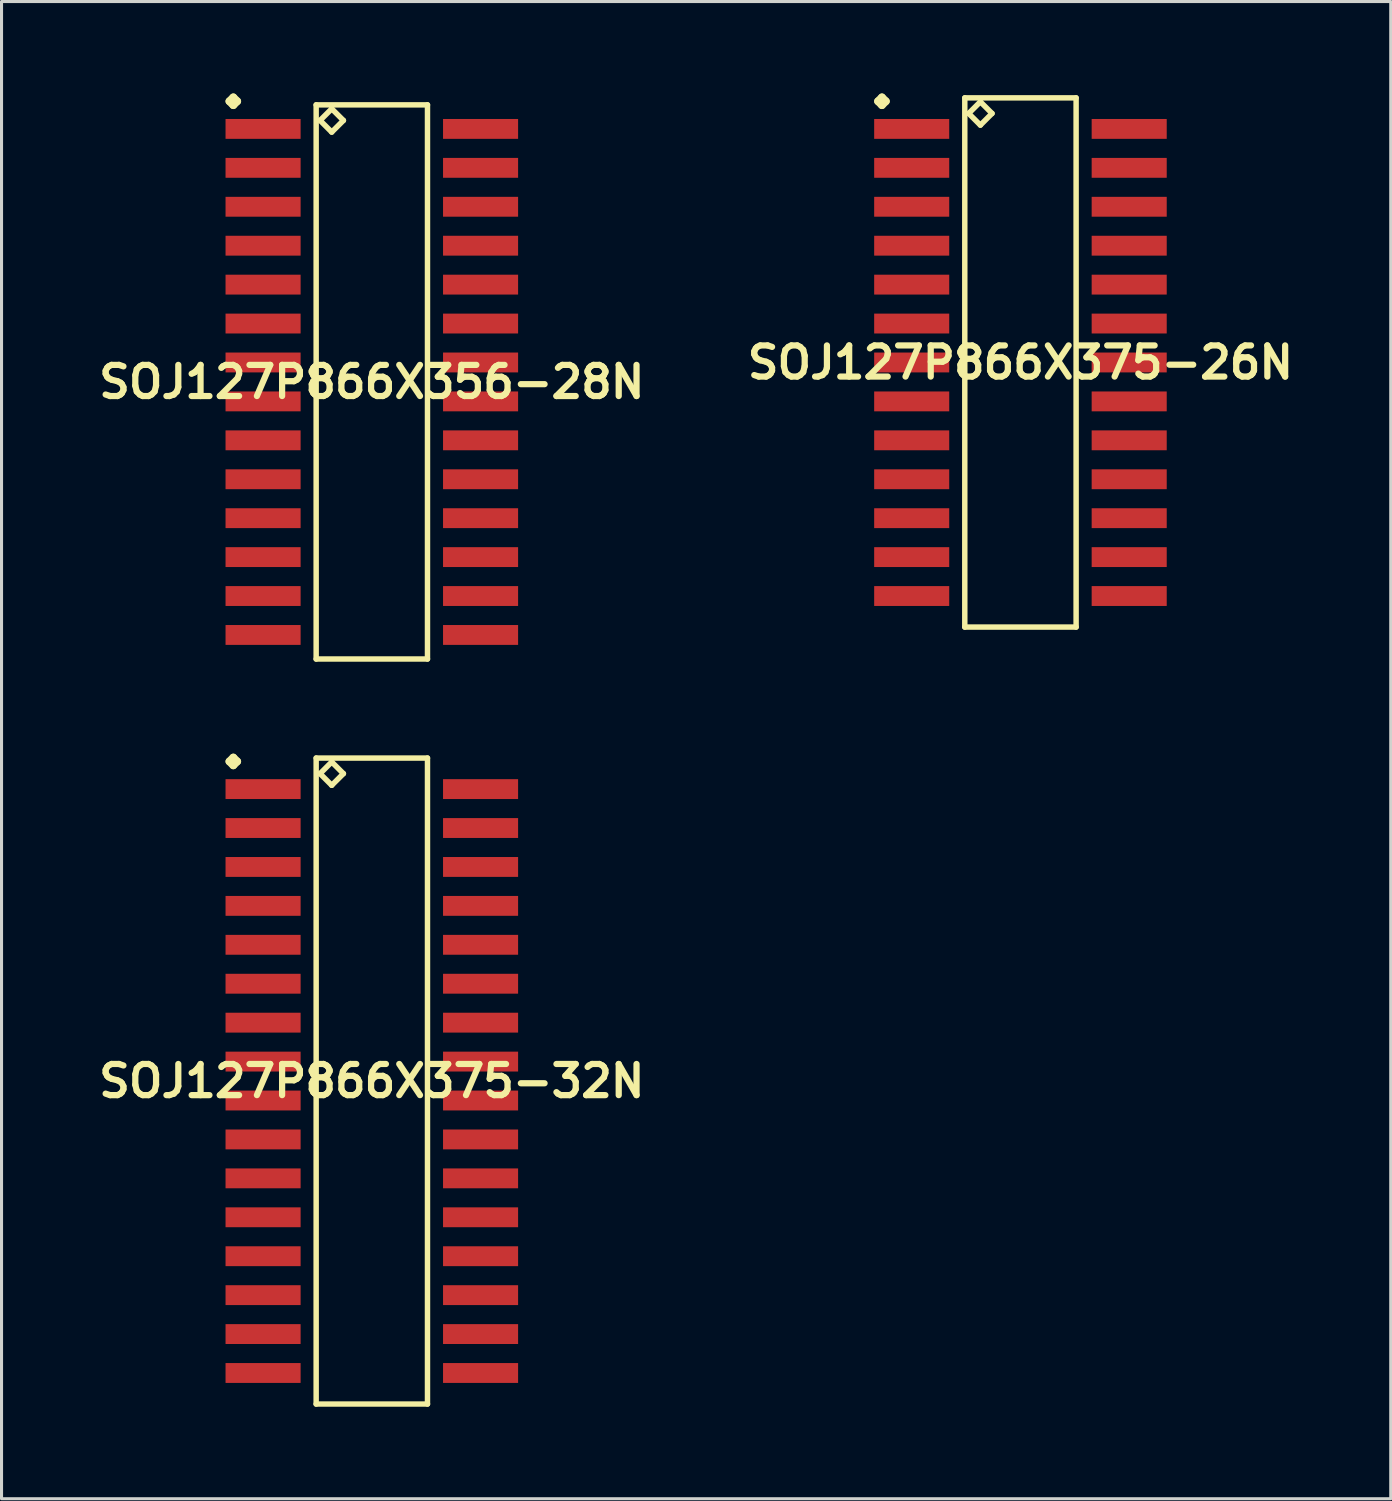
<source format=kicad_pcb>
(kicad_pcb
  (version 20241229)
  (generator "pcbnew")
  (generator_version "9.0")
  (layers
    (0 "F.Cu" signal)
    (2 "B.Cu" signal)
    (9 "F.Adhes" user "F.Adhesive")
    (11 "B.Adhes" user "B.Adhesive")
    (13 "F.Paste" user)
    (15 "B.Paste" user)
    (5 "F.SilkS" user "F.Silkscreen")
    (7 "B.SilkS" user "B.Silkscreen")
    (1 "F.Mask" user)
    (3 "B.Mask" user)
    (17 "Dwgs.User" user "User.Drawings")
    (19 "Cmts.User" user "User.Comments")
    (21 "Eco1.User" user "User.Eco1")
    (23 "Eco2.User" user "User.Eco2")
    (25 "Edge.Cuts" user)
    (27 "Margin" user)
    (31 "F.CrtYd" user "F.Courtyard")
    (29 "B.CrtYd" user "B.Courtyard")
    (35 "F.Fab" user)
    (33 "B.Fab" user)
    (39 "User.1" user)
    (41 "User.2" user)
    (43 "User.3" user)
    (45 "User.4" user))
  (footprint "SOJ127P866X375-26N"
    (layer "F.Cu")
    (at 30.243 8.776)
    (property "Reference" "SOJ127P866X375-26N" (at 0 0 0) (layer "F.SilkS") (effects (font (size 1.016 1.016) (thickness 0.203))))
    (attr smd)
    (fp_line (start -4.646 -8.522) (end -4.519 -8.649) (stroke (width 0.254) (type solid)) (layer "F.SilkS"))
    (fp_line (start -4.519 -8.649) (end -4.392 -8.522) (stroke (width 0.254) (type solid)) (layer "F.SilkS"))
    (fp_line (start -4.519 -8.395) (end -4.646 -8.522) (stroke (width 0.254) (type solid)) (layer "F.SilkS"))
    (fp_line (start -4.392 -8.522) (end -4.519 -8.395) (stroke (width 0.254) (type solid)) (layer "F.SilkS"))
    (fp_line (start -1.816 -8.633) (end -1.816 8.633) (stroke (width 0.178) (type solid)) (layer "F.SilkS"))
    (fp_line (start -1.816 8.633) (end 1.816 8.633) (stroke (width 0.178) (type solid)) (layer "F.SilkS"))
    (fp_line (start -1.689 -8.125) (end -1.308 -8.506) (stroke (width 0.178) (type solid)) (layer "F.SilkS"))
    (fp_line (start -1.308 -8.506) (end -0.927 -8.125) (stroke (width 0.178) (type solid)) (layer "F.SilkS"))
    (fp_line (start -1.308 -7.744) (end -1.689 -8.125) (stroke (width 0.178) (type solid)) (layer "F.SilkS"))
    (fp_line (start -0.927 -8.125) (end -1.308 -7.744) (stroke (width 0.178) (type solid)) (layer "F.SilkS"))
    (fp_line (start 1.816 -8.633) (end -1.816 -8.633) (stroke (width 0.178) (type solid)) (layer "F.SilkS"))
    (fp_line (start 1.816 8.633) (end 1.816 -8.633) (stroke (width 0.178) (type solid)) (layer "F.SilkS"))
    (pad "1" smd rect (at -3.548 -7.62) (size 2.449 0.648) (layers "F.Cu" "F.Mask" "F.Paste"))
    (pad "2" smd rect (at -3.548 -6.35) (size 2.449 0.648) (layers "F.Cu" "F.Mask" "F.Paste"))
    (pad "3" smd rect (at -3.548 -5.08) (size 2.449 0.648) (layers "F.Cu" "F.Mask" "F.Paste"))
    (pad "4" smd rect (at -3.548 -3.81) (size 2.449 0.648) (layers "F.Cu" "F.Mask" "F.Paste"))
    (pad "5" smd rect (at -3.548 -2.54) (size 2.449 0.648) (layers "F.Cu" "F.Mask" "F.Paste"))
    (pad "6" smd rect (at -3.548 -1.27) (size 2.449 0.648) (layers "F.Cu" "F.Mask" "F.Paste"))
    (pad "7" smd rect (at -3.548 0) (size 2.449 0.648) (layers "F.Cu" "F.Mask" "F.Paste"))
    (pad "8" smd rect (at -3.548 1.27) (size 2.449 0.648) (layers "F.Cu" "F.Mask" "F.Paste"))
    (pad "9" smd rect (at -3.548 2.54) (size 2.449 0.648) (layers "F.Cu" "F.Mask" "F.Paste"))
    (pad "10" smd rect (at -3.548 3.81) (size 2.449 0.648) (layers "F.Cu" "F.Mask" "F.Paste"))
    (pad "11" smd rect (at -3.548 5.08) (size 2.449 0.648) (layers "F.Cu" "F.Mask" "F.Paste"))
    (pad "12" smd rect (at -3.548 6.35) (size 2.449 0.648) (layers "F.Cu" "F.Mask" "F.Paste"))
    (pad "13" smd rect (at -3.548 7.62) (size 2.449 0.648) (layers "F.Cu" "F.Mask" "F.Paste"))
    (pad "14" smd rect (at 3.548 7.62) (size 2.449 0.648) (layers "F.Cu" "F.Mask" "F.Paste"))
    (pad "15" smd rect (at 3.548 6.35) (size 2.449 0.648) (layers "F.Cu" "F.Mask" "F.Paste"))
    (pad "16" smd rect (at 3.548 5.08) (size 2.449 0.648) (layers "F.Cu" "F.Mask" "F.Paste"))
    (pad "17" smd rect (at 3.548 3.81) (size 2.449 0.648) (layers "F.Cu" "F.Mask" "F.Paste"))
    (pad "18" smd rect (at 3.548 2.54) (size 2.449 0.648) (layers "F.Cu" "F.Mask" "F.Paste"))
    (pad "19" smd rect (at 3.548 1.27) (size 2.449 0.648) (layers "F.Cu" "F.Mask" "F.Paste"))
    (pad "20" smd rect (at 3.548 0) (size 2.449 0.648) (layers "F.Cu" "F.Mask" "F.Paste"))
    (pad "21" smd rect (at 3.548 -1.27) (size 2.449 0.648) (layers "F.Cu" "F.Mask" "F.Paste"))
    (pad "22" smd rect (at 3.548 -2.54) (size 2.449 0.648) (layers "F.Cu" "F.Mask" "F.Paste"))
    (pad "23" smd rect (at 3.548 -3.81) (size 2.449 0.648) (layers "F.Cu" "F.Mask" "F.Paste"))
    (pad "24" smd rect (at 3.548 -5.08) (size 2.449 0.648) (layers "F.Cu" "F.Mask" "F.Paste"))
    (pad "25" smd rect (at 3.548 -6.35) (size 2.449 0.648) (layers "F.Cu" "F.Mask" "F.Paste"))
    (pad "26" smd rect (at 3.548 -7.62) (size 2.449 0.648) (layers "F.Cu" "F.Mask" "F.Paste")))
  (footprint "SOJ127P866X356-28N"
    (layer "F.Cu")
    (at 9.081 9.411)
    (property "Reference" "SOJ127P866X356-28N" (at 0 0 0) (layer "F.SilkS") (effects (font (size 1.016 1.016) (thickness 0.203))))
    (attr smd)
    (fp_line (start -4.646 -9.157) (end -4.519 -9.284) (stroke (width 0.254) (type solid)) (layer "F.SilkS"))
    (fp_line (start -4.519 -9.284) (end -4.392 -9.157) (stroke (width 0.254) (type solid)) (layer "F.SilkS"))
    (fp_line (start -4.519 -9.03) (end -4.646 -9.157) (stroke (width 0.254) (type solid)) (layer "F.SilkS"))
    (fp_line (start -4.392 -9.157) (end -4.519 -9.03) (stroke (width 0.254) (type solid)) (layer "F.SilkS"))
    (fp_line (start -1.816 -9.04) (end -1.816 9.04) (stroke (width 0.178) (type solid)) (layer "F.SilkS"))
    (fp_line (start -1.816 9.04) (end 1.816 9.04) (stroke (width 0.178) (type solid)) (layer "F.SilkS"))
    (fp_line (start -1.689 -8.532) (end -1.308 -8.913) (stroke (width 0.178) (type solid)) (layer "F.SilkS"))
    (fp_line (start -1.308 -8.913) (end -0.927 -8.532) (stroke (width 0.178) (type solid)) (layer "F.SilkS"))
    (fp_line (start -1.308 -8.151) (end -1.689 -8.532) (stroke (width 0.178) (type solid)) (layer "F.SilkS"))
    (fp_line (start -0.927 -8.532) (end -1.308 -8.151) (stroke (width 0.178) (type solid)) (layer "F.SilkS"))
    (fp_line (start 1.816 -9.04) (end -1.816 -9.04) (stroke (width 0.178) (type solid)) (layer "F.SilkS"))
    (fp_line (start 1.816 9.04) (end 1.816 -9.04) (stroke (width 0.178) (type solid)) (layer "F.SilkS"))
    (pad "1" smd rect (at -3.548 -8.255) (size 2.449 0.648) (layers "F.Cu" "F.Mask" "F.Paste"))
    (pad "2" smd rect (at -3.548 -6.985) (size 2.449 0.648) (layers "F.Cu" "F.Mask" "F.Paste"))
    (pad "3" smd rect (at -3.548 -5.715) (size 2.449 0.648) (layers "F.Cu" "F.Mask" "F.Paste"))
    (pad "4" smd rect (at -3.548 -4.445) (size 2.449 0.648) (layers "F.Cu" "F.Mask" "F.Paste"))
    (pad "5" smd rect (at -3.548 -3.175) (size 2.449 0.648) (layers "F.Cu" "F.Mask" "F.Paste"))
    (pad "6" smd rect (at -3.548 -1.905) (size 2.449 0.648) (layers "F.Cu" "F.Mask" "F.Paste"))
    (pad "7" smd rect (at -3.548 -0.635) (size 2.449 0.648) (layers "F.Cu" "F.Mask" "F.Paste"))
    (pad "8" smd rect (at -3.548 0.635) (size 2.449 0.648) (layers "F.Cu" "F.Mask" "F.Paste"))
    (pad "9" smd rect (at -3.548 1.905) (size 2.449 0.648) (layers "F.Cu" "F.Mask" "F.Paste"))
    (pad "10" smd rect (at -3.548 3.175) (size 2.449 0.648) (layers "F.Cu" "F.Mask" "F.Paste"))
    (pad "11" smd rect (at -3.548 4.445) (size 2.449 0.648) (layers "F.Cu" "F.Mask" "F.Paste"))
    (pad "12" smd rect (at -3.548 5.715) (size 2.449 0.648) (layers "F.Cu" "F.Mask" "F.Paste"))
    (pad "13" smd rect (at -3.548 6.985) (size 2.449 0.648) (layers "F.Cu" "F.Mask" "F.Paste"))
    (pad "14" smd rect (at -3.548 8.255) (size 2.449 0.648) (layers "F.Cu" "F.Mask" "F.Paste"))
    (pad "15" smd rect (at 3.548 8.255) (size 2.449 0.648) (layers "F.Cu" "F.Mask" "F.Paste"))
    (pad "16" smd rect (at 3.548 6.985) (size 2.449 0.648) (layers "F.Cu" "F.Mask" "F.Paste"))
    (pad "17" smd rect (at 3.548 5.715) (size 2.449 0.648) (layers "F.Cu" "F.Mask" "F.Paste"))
    (pad "18" smd rect (at 3.548 4.445) (size 2.449 0.648) (layers "F.Cu" "F.Mask" "F.Paste"))
    (pad "19" smd rect (at 3.548 3.175) (size 2.449 0.648) (layers "F.Cu" "F.Mask" "F.Paste"))
    (pad "20" smd rect (at 3.548 1.905) (size 2.449 0.648) (layers "F.Cu" "F.Mask" "F.Paste"))
    (pad "21" smd rect (at 3.548 0.635) (size 2.449 0.648) (layers "F.Cu" "F.Mask" "F.Paste"))
    (pad "22" smd rect (at 3.548 -0.635) (size 2.449 0.648) (layers "F.Cu" "F.Mask" "F.Paste"))
    (pad "23" smd rect (at 3.548 -1.905) (size 2.449 0.648) (layers "F.Cu" "F.Mask" "F.Paste"))
    (pad "24" smd rect (at 3.548 -3.175) (size 2.449 0.648) (layers "F.Cu" "F.Mask" "F.Paste"))
    (pad "25" smd rect (at 3.548 -4.445) (size 2.449 0.648) (layers "F.Cu" "F.Mask" "F.Paste"))
    (pad "26" smd rect (at 3.548 -5.715) (size 2.449 0.648) (layers "F.Cu" "F.Mask" "F.Paste"))
    (pad "27" smd rect (at 3.548 -6.985) (size 2.449 0.648) (layers "F.Cu" "F.Mask" "F.Paste"))
    (pad "28" smd rect (at 3.548 -8.255) (size 2.449 0.648) (layers "F.Cu" "F.Mask" "F.Paste")))
  (footprint "SOJ127P866X375-32N"
    (layer "F.Cu")
    (at 9.081 32.22)
    (property "Reference" "SOJ127P866X375-32N" (at 0 0 0) (layer "F.SilkS") (effects (font (size 1.016 1.016) (thickness 0.203))))
    (attr smd)
    (fp_line (start -4.646 -10.427) (end -4.519 -10.554) (stroke (width 0.254) (type solid)) (layer "F.SilkS"))
    (fp_line (start -4.519 -10.554) (end -4.392 -10.427) (stroke (width 0.254) (type solid)) (layer "F.SilkS"))
    (fp_line (start -4.519 -10.3) (end -4.646 -10.427) (stroke (width 0.254) (type solid)) (layer "F.SilkS"))
    (fp_line (start -4.392 -10.427) (end -4.519 -10.3) (stroke (width 0.254) (type solid)) (layer "F.SilkS"))
    (fp_line (start -1.816 -10.538) (end -1.816 10.538) (stroke (width 0.178) (type solid)) (layer "F.SilkS"))
    (fp_line (start -1.816 10.538) (end 1.816 10.538) (stroke (width 0.178) (type solid)) (layer "F.SilkS"))
    (fp_line (start -1.689 -10.03) (end -1.308 -10.411) (stroke (width 0.178) (type solid)) (layer "F.SilkS"))
    (fp_line (start -1.308 -10.411) (end -0.927 -10.03) (stroke (width 0.178) (type solid)) (layer "F.SilkS"))
    (fp_line (start -1.308 -9.649) (end -1.689 -10.03) (stroke (width 0.178) (type solid)) (layer "F.SilkS"))
    (fp_line (start -0.927 -10.03) (end -1.308 -9.649) (stroke (width 0.178) (type solid)) (layer "F.SilkS"))
    (fp_line (start 1.816 -10.538) (end -1.816 -10.538) (stroke (width 0.178) (type solid)) (layer "F.SilkS"))
    (fp_line (start 1.816 10.538) (end 1.816 -10.538) (stroke (width 0.178) (type solid)) (layer "F.SilkS"))
    (pad "1" smd rect (at -3.548 -9.525) (size 2.449 0.648) (layers "F.Cu" "F.Mask" "F.Paste"))
    (pad "2" smd rect (at -3.548 -8.255) (size 2.449 0.648) (layers "F.Cu" "F.Mask" "F.Paste"))
    (pad "3" smd rect (at -3.548 -6.985) (size 2.449 0.648) (layers "F.Cu" "F.Mask" "F.Paste"))
    (pad "4" smd rect (at -3.548 -5.715) (size 2.449 0.648) (layers "F.Cu" "F.Mask" "F.Paste"))
    (pad "5" smd rect (at -3.548 -4.445) (size 2.449 0.648) (layers "F.Cu" "F.Mask" "F.Paste"))
    (pad "6" smd rect (at -3.548 -3.175) (size 2.449 0.648) (layers "F.Cu" "F.Mask" "F.Paste"))
    (pad "7" smd rect (at -3.548 -1.905) (size 2.449 0.648) (layers "F.Cu" "F.Mask" "F.Paste"))
    (pad "8" smd rect (at -3.548 -0.635) (size 2.449 0.648) (layers "F.Cu" "F.Mask" "F.Paste"))
    (pad "9" smd rect (at -3.548 0.635) (size 2.449 0.648) (layers "F.Cu" "F.Mask" "F.Paste"))
    (pad "10" smd rect (at -3.548 1.905) (size 2.449 0.648) (layers "F.Cu" "F.Mask" "F.Paste"))
    (pad "11" smd rect (at -3.548 3.175) (size 2.449 0.648) (layers "F.Cu" "F.Mask" "F.Paste"))
    (pad "12" smd rect (at -3.548 4.445) (size 2.449 0.648) (layers "F.Cu" "F.Mask" "F.Paste"))
    (pad "13" smd rect (at -3.548 5.715) (size 2.449 0.648) (layers "F.Cu" "F.Mask" "F.Paste"))
    (pad "14" smd rect (at -3.548 6.985) (size 2.449 0.648) (layers "F.Cu" "F.Mask" "F.Paste"))
    (pad "15" smd rect (at -3.548 8.255) (size 2.449 0.648) (layers "F.Cu" "F.Mask" "F.Paste"))
    (pad "16" smd rect (at -3.548 9.525) (size 2.449 0.648) (layers "F.Cu" "F.Mask" "F.Paste"))
    (pad "17" smd rect (at 3.548 9.525) (size 2.449 0.648) (layers "F.Cu" "F.Mask" "F.Paste"))
    (pad "18" smd rect (at 3.548 8.255) (size 2.449 0.648) (layers "F.Cu" "F.Mask" "F.Paste"))
    (pad "19" smd rect (at 3.548 6.985) (size 2.449 0.648) (layers "F.Cu" "F.Mask" "F.Paste"))
    (pad "20" smd rect (at 3.548 5.715) (size 2.449 0.648) (layers "F.Cu" "F.Mask" "F.Paste"))
    (pad "21" smd rect (at 3.548 4.445) (size 2.449 0.648) (layers "F.Cu" "F.Mask" "F.Paste"))
    (pad "22" smd rect (at 3.548 3.175) (size 2.449 0.648) (layers "F.Cu" "F.Mask" "F.Paste"))
    (pad "23" smd rect (at 3.548 1.905) (size 2.449 0.648) (layers "F.Cu" "F.Mask" "F.Paste"))
    (pad "24" smd rect (at 3.548 0.635) (size 2.449 0.648) (layers "F.Cu" "F.Mask" "F.Paste"))
    (pad "25" smd rect (at 3.548 -0.635) (size 2.449 0.648) (layers "F.Cu" "F.Mask" "F.Paste"))
    (pad "26" smd rect (at 3.548 -1.905) (size 2.449 0.648) (layers "F.Cu" "F.Mask" "F.Paste"))
    (pad "27" smd rect (at 3.548 -3.175) (size 2.449 0.648) (layers "F.Cu" "F.Mask" "F.Paste"))
    (pad "28" smd rect (at 3.548 -4.445) (size 2.449 0.648) (layers "F.Cu" "F.Mask" "F.Paste"))
    (pad "29" smd rect (at 3.548 -5.715) (size 2.449 0.648) (layers "F.Cu" "F.Mask" "F.Paste"))
    (pad "30" smd rect (at 3.548 -6.985) (size 2.449 0.648) (layers "F.Cu" "F.Mask" "F.Paste"))
    (pad "31" smd rect (at 3.548 -8.255) (size 2.449 0.648) (layers "F.Cu" "F.Mask" "F.Paste"))
    (pad "32" smd rect (at 3.548 -9.525) (size 2.449 0.648) (layers "F.Cu" "F.Mask" "F.Paste")))
  (gr_rect
    (start -3 -3)
    (end 42.324 45.848)
    (stroke (width 0.1) (type default))
    (fill no)
    (layer "Edge.Cuts")))
</source>
